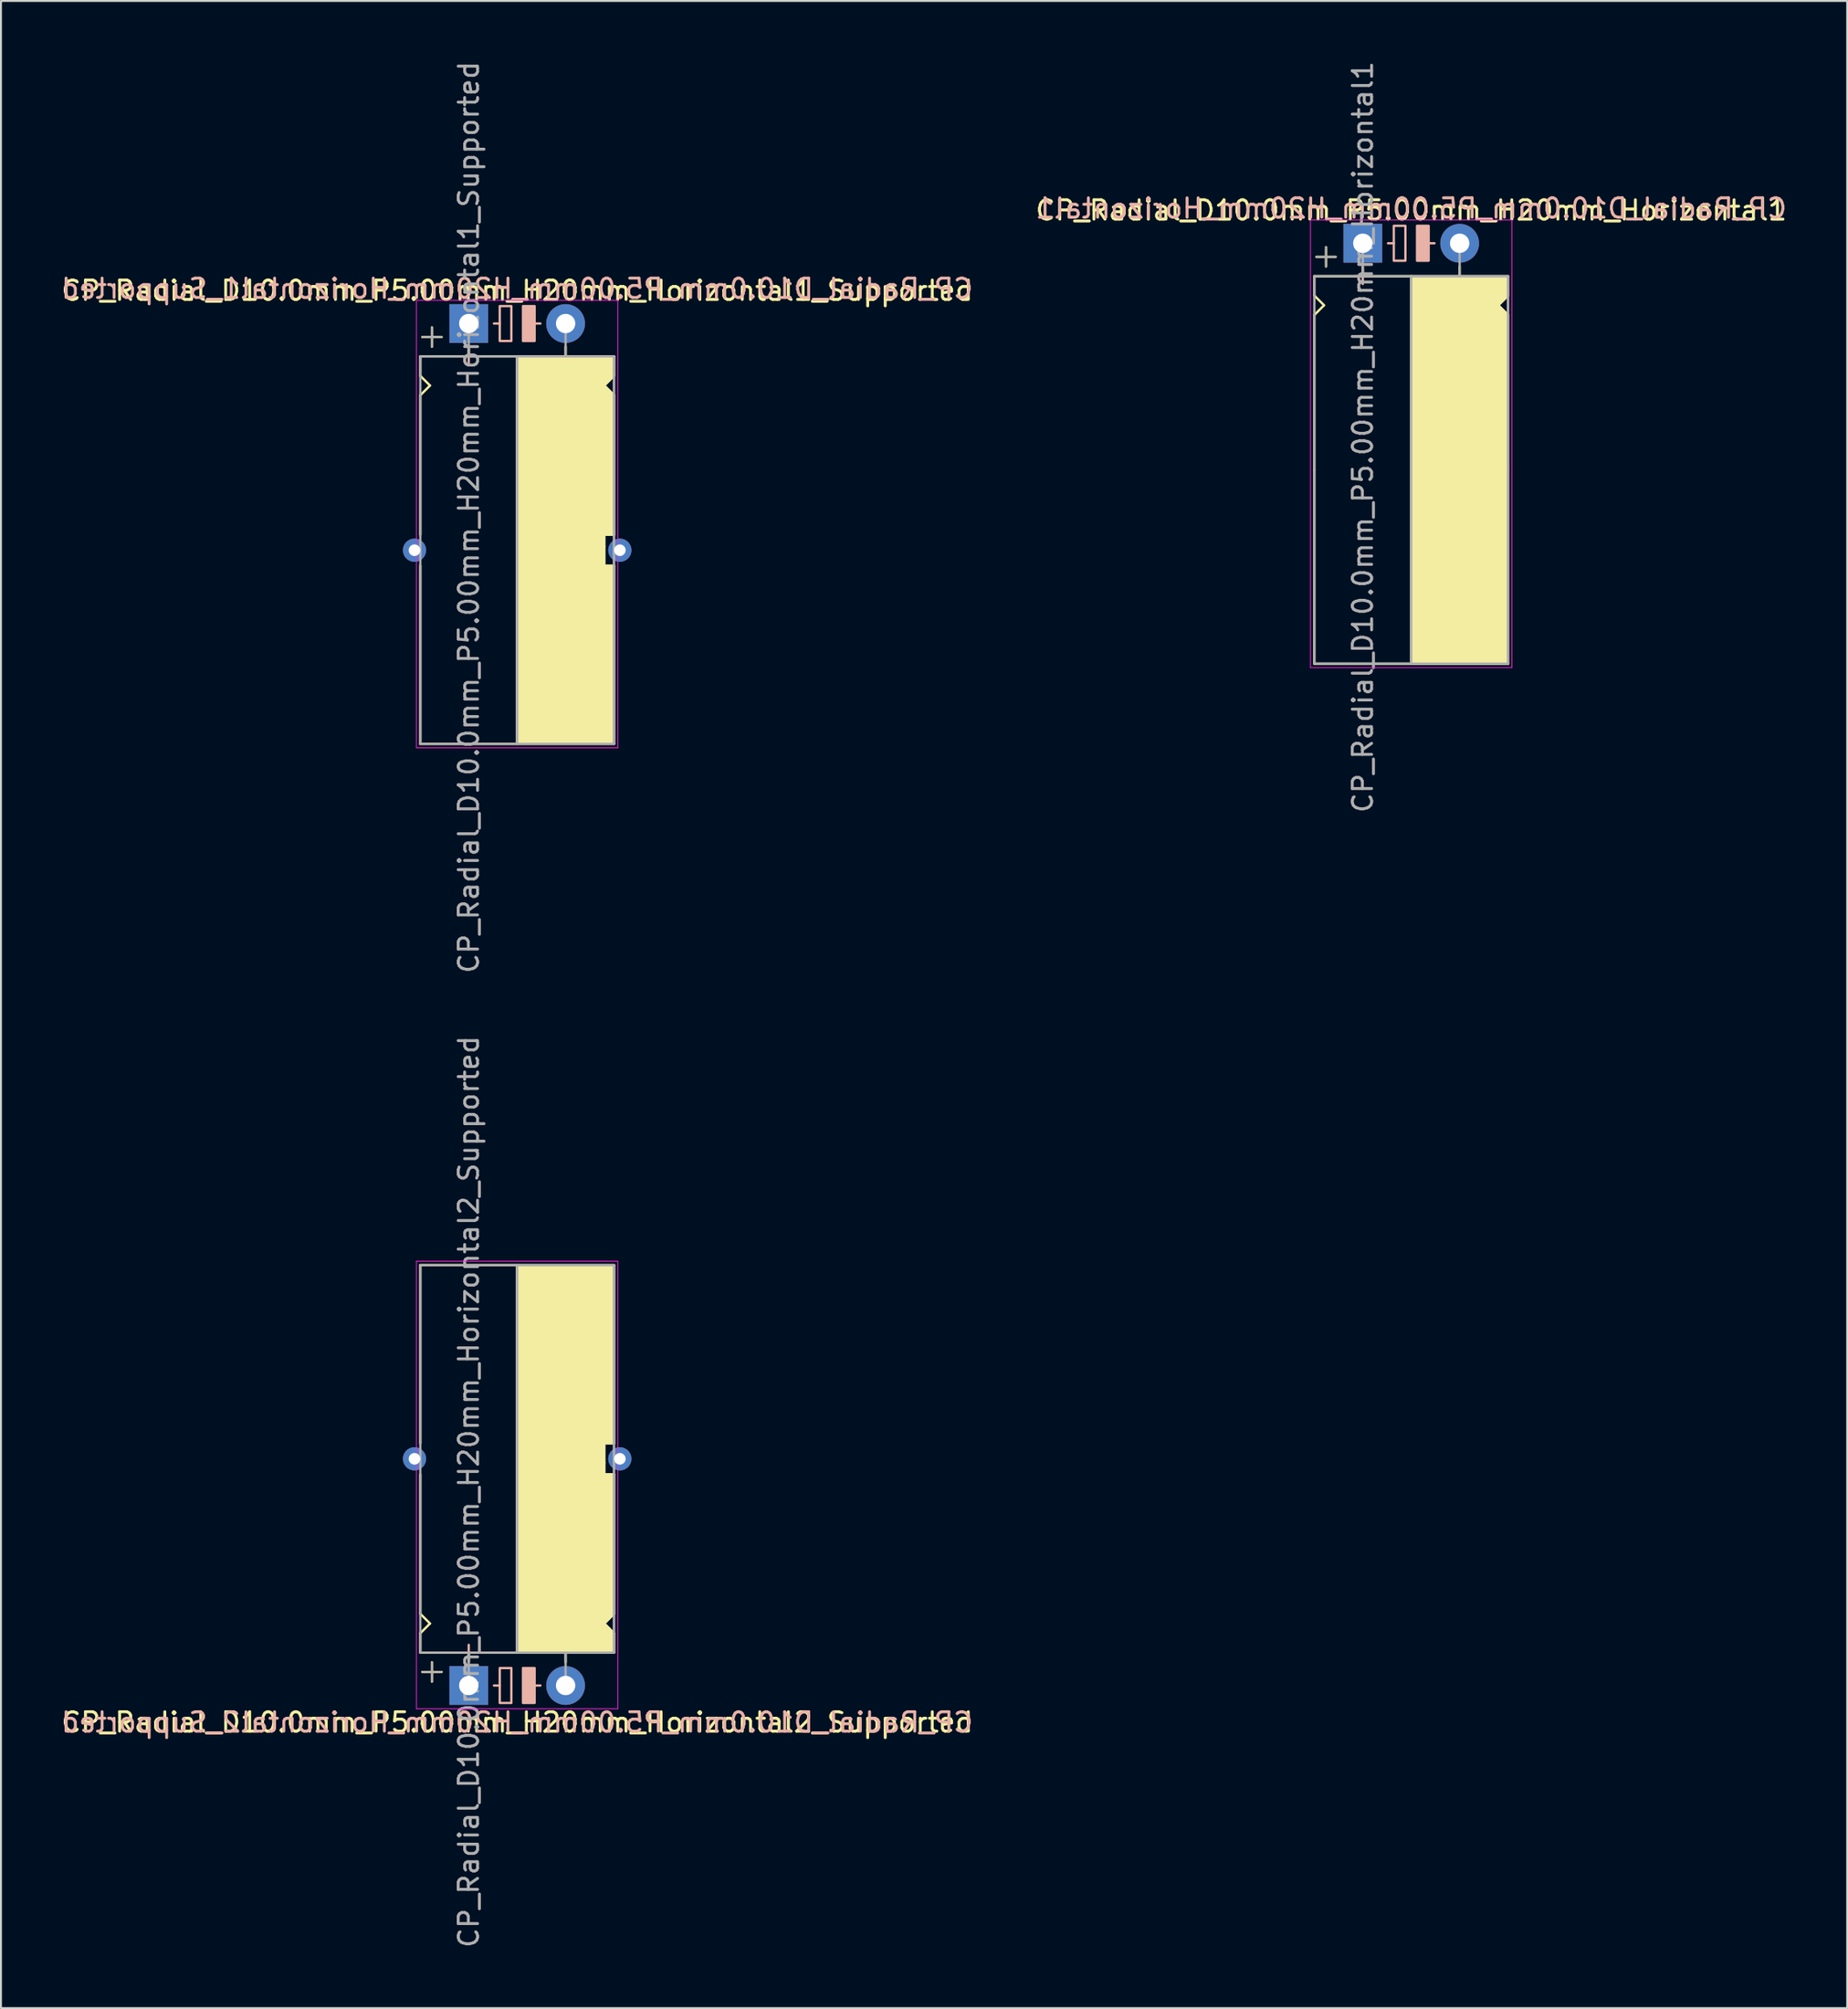
<source format=kicad_pcb>
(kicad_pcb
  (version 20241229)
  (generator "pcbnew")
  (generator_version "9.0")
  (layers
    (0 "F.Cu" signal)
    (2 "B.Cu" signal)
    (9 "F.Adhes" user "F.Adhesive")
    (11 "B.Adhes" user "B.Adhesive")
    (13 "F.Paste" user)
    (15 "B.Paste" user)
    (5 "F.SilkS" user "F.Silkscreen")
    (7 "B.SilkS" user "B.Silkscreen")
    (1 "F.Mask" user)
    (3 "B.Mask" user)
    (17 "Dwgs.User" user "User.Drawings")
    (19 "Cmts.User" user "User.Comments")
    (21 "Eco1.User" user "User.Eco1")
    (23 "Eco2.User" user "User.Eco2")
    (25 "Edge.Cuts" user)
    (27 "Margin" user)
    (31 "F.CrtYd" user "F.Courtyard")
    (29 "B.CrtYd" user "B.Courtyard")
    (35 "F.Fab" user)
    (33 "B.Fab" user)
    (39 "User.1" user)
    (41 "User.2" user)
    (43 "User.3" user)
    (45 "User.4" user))
  (footprint "CP_Radial_D10.0mm_P5.00mm_H20mm_Horizontal1"
    (layer "F.Cu")
    (at 67.304 9.506)
    (property "Reference" "CP_Radial_D10.0mm_P5.00mm_H20mm_Horizontal1" (at 2.5 -1.7 0) (layer "F.SilkS") (effects (font (size 1 1) (thickness 0.15))))
    (fp_line (start -2.5 1.7) (end -2.5 2.7) (stroke (width 0.12) (type solid)) (layer "F.SilkS"))
    (fp_line (start -2.5 2.7) (end -2 3.2) (stroke (width 0.12) (type solid)) (layer "F.SilkS"))
    (fp_line (start -2.5 3.7) (end -2.5 11.7) (stroke (width 0.12) (type solid)) (layer "F.SilkS"))
    (fp_line (start -2.5 11.7) (end -2.5 21.7) (stroke (width 0.12) (type solid)) (layer "F.SilkS"))
    (fp_line (start -2.5 21.7) (end 7.5 21.7) (stroke (width 0.12) (type solid)) (layer "F.SilkS"))
    (fp_line (start -2 3.2) (end -2.5 3.7) (stroke (width 0.12) (type solid)) (layer "F.SilkS"))
    (fp_line (start -1.9 0.2) (end -1.9 1.2) (stroke (width 0.12) (type solid)) (layer "F.SilkS"))
    (fp_line (start -1.4 0.7) (end -2.4 0.7) (stroke (width 0.12) (type solid)) (layer "F.SilkS"))
    (fp_line (start 0 1.7) (end 0 1.2) (stroke (width 0.12) (type solid)) (layer "F.SilkS"))
    (fp_line (start 2.5 1.7) (end -2.5 1.7) (stroke (width 0.12) (type solid)) (layer "F.SilkS"))
    (fp_line (start 2.5 21.7) (end 2.5 1.7) (stroke (width 0.12) (type solid)) (layer "F.SilkS"))
    (fp_line (start 5 1.7) (end 5 1.2) (stroke (width 0.12) (type solid)) (layer "F.SilkS"))
    (fp_line (start 7 3.2) (end 7.5 3.7) (stroke (width 0.12) (type solid)) (layer "F.SilkS"))
    (fp_line (start 7.5 1.7) (end 2.5 1.7) (stroke (width 0.12) (type solid)) (layer "F.SilkS"))
    (fp_line (start 7.5 1.7) (end 7.5 2.7) (stroke (width 0.12) (type solid)) (layer "F.SilkS"))
    (fp_line (start 7.5 2.7) (end 7 3.2) (stroke (width 0.12) (type solid)) (layer "F.SilkS"))
    (fp_line (start 7.5 3.7) (end 7.5 11.7) (stroke (width 0.12) (type solid)) (layer "F.SilkS"))
    (fp_line (start 7.5 11.7) (end 7.5 21.7) (stroke (width 0.12) (type solid)) (layer "F.SilkS"))
    (fp_poly (pts (xy 7.5 2.7) (xy 7 3.2) (xy 7.5 3.7) (xy 7.5 21.7) (xy 2.5 21.7) (xy 2.5 1.7) (xy 7.5 1.7)) (stroke (width 0.1) (type solid)) (fill yes) (layer "F.SilkS"))
    (fp_line (start 0 1.3) (end 0 2.1) (stroke (width 0.12) (type solid)) (layer "B.SilkS"))
    (fp_line (start 0.4 1.7) (end -0.4 1.7) (stroke (width 0.12) (type solid)) (layer "B.SilkS"))
    (fp_line (start 1.6 0) (end 1.3 0) (stroke (width 0.12) (type solid)) (layer "B.SilkS"))
    (fp_line (start 3.7 0) (end 3.4 0) (stroke (width 0.12) (type solid)) (layer "B.SilkS"))
    (fp_rect (start 2.2 -0.9) (end 1.6 0.9) (stroke (width 0.12) (type solid)) (fill no) (layer "B.SilkS"))
    (fp_rect (start 3.4 -0.9) (end 2.8 0.9) (stroke (width 0.12) (type solid)) (fill yes) (layer "B.SilkS"))
    (fp_line (start -2.7 -1.2) (end 5.3 -1.2) (stroke (width 0.04) (type solid)) (layer "F.CrtYd"))
    (fp_line (start -2.7 21.9) (end -2.7 -1.2) (stroke (width 0.04) (type solid)) (layer "F.CrtYd"))
    (fp_line (start 5.3 -1.2) (end 7.7 -1.2) (stroke (width 0.04) (type solid)) (layer "F.CrtYd"))
    (fp_line (start 7.7 -1.2) (end 7.7 21.9) (stroke (width 0.04) (type solid)) (layer "F.CrtYd"))
    (fp_line (start 7.7 21.9) (end -2.7 21.9) (stroke (width 0.04) (type solid)) (layer "F.CrtYd"))
    (fp_line (start -2.5 1.7) (end -2.5 21.7) (stroke (width 0.12) (type solid)) (layer "F.Fab"))
    (fp_line (start -2.5 21.7) (end 7.5 21.7) (stroke (width 0.12) (type solid)) (layer "F.Fab"))
    (fp_line (start -2.4 0.7) (end -1.4 0.7) (stroke (width 0.1) (type solid)) (layer "F.Fab"))
    (fp_line (start -1.9 1.2) (end -1.9 0.2) (stroke (width 0.1) (type solid)) (layer "F.Fab"))
    (fp_line (start 0 1.7) (end 0 0) (stroke (width 0.12) (type solid)) (layer "F.Fab"))
    (fp_line (start 2.5 1.7) (end 2.5 21.7) (stroke (width 0.12) (type solid)) (layer "F.Fab"))
    (fp_line (start 5 1.7) (end 5 0) (stroke (width 0.12) (type solid)) (layer "F.Fab"))
    (fp_line (start 7.5 1.7) (end -2.5 1.7) (stroke (width 0.12) (type solid)) (layer "F.Fab"))
    (fp_line (start 7.5 21.7) (end 7.5 1.7) (stroke (width 0.12) (type solid)) (layer "F.Fab"))
    (fp_poly (pts (xy 7.5 21.7) (xy 2.5 21.7) (xy 2.5 1.7) (xy 7.5 1.7)) (stroke (width 0.1) (type solid)) (fill no) (layer "F.Fab"))
    (fp_text user "${REFERENCE}" (at 2.5 -1.8 0) (layer "B.SilkS") (effects (font (size 1 1) (thickness 0.15)) (justify mirror)))
    (fp_text user "${REFERENCE}" (at 0 10 90) (layer "F.Fab") (effects (font (size 1 1) (thickness 0.15))))
    (pad "1" thru_hole rect (at 0 0) (size 2 2) (drill 1) (layers "*.Cu" "*.Mask"))
    (pad "2" thru_hole circle (at 5 0) (size 2 2) (drill 1) (layers "*.Cu" "*.Mask")))
  (footprint "CP_Radial_D10.0mm_P5.00mm_H20mm_Horizontal1_Supported"
    (layer "F.Cu")
    (at 21.149 13.649)
    (property "Reference" "CP_Radial_D10.0mm_P5.00mm_H20mm_Horizontal1_Supported" (at 2.5 -1.7 0) (layer "F.SilkS") (effects (font (size 1 1) (thickness 0.15))))
    (fp_line (start -2.5 1.7) (end -2.5 2.7) (stroke (width 0.12) (type solid)) (layer "F.SilkS"))
    (fp_line (start -2.5 2.7) (end -2 3.2) (stroke (width 0.12) (type solid)) (layer "F.SilkS"))
    (fp_line (start -2.5 3.7) (end -2.5 10.9) (stroke (width 0.12) (type solid)) (layer "F.SilkS"))
    (fp_line (start -2.5 12.5) (end -2.5 21.7) (stroke (width 0.12) (type solid)) (layer "F.SilkS"))
    (fp_line (start -2.5 21.7) (end 7.5 21.7) (stroke (width 0.12) (type solid)) (layer "F.SilkS"))
    (fp_line (start -2 3.2) (end -2.5 3.7) (stroke (width 0.12) (type solid)) (layer "F.SilkS"))
    (fp_line (start -1.9 0.2) (end -1.9 1.2) (stroke (width 0.12) (type solid)) (layer "F.SilkS"))
    (fp_line (start -1.4 0.7) (end -2.4 0.7) (stroke (width 0.12) (type solid)) (layer "F.SilkS"))
    (fp_line (start 0 1.7) (end 0 1.2) (stroke (width 0.12) (type solid)) (layer "F.SilkS"))
    (fp_line (start 2.5 1.7) (end -2.5 1.7) (stroke (width 0.12) (type solid)) (layer "F.SilkS"))
    (fp_line (start 2.5 21.7) (end 2.5 1.7) (stroke (width 0.12) (type solid)) (layer "F.SilkS"))
    (fp_line (start 5 1.7) (end 5 1.2) (stroke (width 0.12) (type solid)) (layer "F.SilkS"))
    (fp_line (start 7 3.2) (end 7.5 3.7) (stroke (width 0.12) (type solid)) (layer "F.SilkS"))
    (fp_line (start 7 10.9) (end 7.5 10.9) (stroke (width 0.12) (type solid)) (layer "F.SilkS"))
    (fp_line (start 7 11.5) (end 7 10.9) (stroke (width 0.12) (type solid)) (layer "F.SilkS"))
    (fp_line (start 7 12.5) (end 7 11.5) (stroke (width 0.12) (type solid)) (layer "F.SilkS"))
    (fp_line (start 7.5 1.7) (end 2.5 1.7) (stroke (width 0.12) (type solid)) (layer "F.SilkS"))
    (fp_line (start 7.5 1.7) (end 7.5 2.7) (stroke (width 0.12) (type solid)) (layer "F.SilkS"))
    (fp_line (start 7.5 2.7) (end 7 3.2) (stroke (width 0.12) (type solid)) (layer "F.SilkS"))
    (fp_line (start 7.5 3.7) (end 7.5 10.9) (stroke (width 0.12) (type solid)) (layer "F.SilkS"))
    (fp_line (start 7.5 12.5) (end 7 12.5) (stroke (width 0.12) (type solid)) (layer "F.SilkS"))
    (fp_line (start 7.5 12.5) (end 7.5 21.7) (stroke (width 0.12) (type solid)) (layer "F.SilkS"))
    (fp_poly (pts (xy 7.5 2.7) (xy 7 3.2) (xy 7.5 3.7) (xy 7.5 10.9) (xy 7 10.9) (xy 7 12.5) (xy 7.5 12.5) (xy 7.5 21.7) (xy 2.5 21.7) (xy 2.5 1.7) (xy 7.5 1.7)) (stroke (width 0.1) (type solid)) (fill yes) (layer "F.SilkS"))
    (fp_line (start 0 1.3) (end 0 2.1) (stroke (width 0.12) (type solid)) (layer "B.SilkS"))
    (fp_line (start 0.4 1.7) (end -0.4 1.7) (stroke (width 0.12) (type solid)) (layer "B.SilkS"))
    (fp_line (start 1.6 0) (end 1.3 0) (stroke (width 0.12) (type solid)) (layer "B.SilkS"))
    (fp_line (start 3.7 0) (end 3.4 0) (stroke (width 0.12) (type solid)) (layer "B.SilkS"))
    (fp_rect (start 2.2 -0.9) (end 1.6 0.9) (stroke (width 0.12) (type solid)) (fill no) (layer "B.SilkS"))
    (fp_rect (start 3.4 -0.9) (end 2.8 0.9) (stroke (width 0.12) (type solid)) (fill yes) (layer "B.SilkS"))
    (fp_line (start -2.7 -1.2) (end 5.3 -1.2) (stroke (width 0.04) (type solid)) (layer "F.CrtYd"))
    (fp_line (start -2.7 21.9) (end -2.7 -1.2) (stroke (width 0.04) (type solid)) (layer "F.CrtYd"))
    (fp_line (start 5.3 -1.2) (end 7.7 -1.2) (stroke (width 0.04) (type solid)) (layer "F.CrtYd"))
    (fp_line (start 7.7 -1.2) (end 7.7 21.9) (stroke (width 0.04) (type solid)) (layer "F.CrtYd"))
    (fp_line (start 7.7 21.9) (end -2.7 21.9) (stroke (width 0.04) (type solid)) (layer "F.CrtYd"))
    (fp_line (start -2.5 1.7) (end -2.5 21.7) (stroke (width 0.12) (type solid)) (layer "F.Fab"))
    (fp_line (start -2.5 21.7) (end 7.5 21.7) (stroke (width 0.12) (type solid)) (layer "F.Fab"))
    (fp_line (start -2.4 0.7) (end -1.4 0.7) (stroke (width 0.1) (type solid)) (layer "F.Fab"))
    (fp_line (start -1.9 1.2) (end -1.9 0.2) (stroke (width 0.1) (type solid)) (layer "F.Fab"))
    (fp_line (start 0 1.7) (end 0 0) (stroke (width 0.12) (type solid)) (layer "F.Fab"))
    (fp_line (start 2.5 1.7) (end 2.5 21.7) (stroke (width 0.12) (type solid)) (layer "F.Fab"))
    (fp_line (start 5 1.7) (end 5 0) (stroke (width 0.12) (type solid)) (layer "F.Fab"))
    (fp_line (start 7.5 1.7) (end -2.5 1.7) (stroke (width 0.12) (type solid)) (layer "F.Fab"))
    (fp_line (start 7.5 21.7) (end 7.5 1.7) (stroke (width 0.12) (type solid)) (layer "F.Fab"))
    (fp_poly (pts (xy 7.5 21.7) (xy 2.5 21.7) (xy 2.5 1.7) (xy 7.5 1.7)) (stroke (width 0.1) (type solid)) (fill no) (layer "F.Fab"))
    (fp_text user "${REFERENCE}" (at 2.5 -1.8 0) (layer "B.SilkS") (effects (font (size 1 1) (thickness 0.15)) (justify mirror)))
    (fp_text user "${REFERENCE}" (at 0 10 90) (layer "F.Fab") (effects (font (size 1 1) (thickness 0.15))))
    (pad "1" thru_hole rect (at 0 0) (size 2 2) (drill 1) (layers "*.Cu" "*.Mask"))
    (pad "2" thru_hole circle (at 5 0) (size 2 2) (drill 1) (layers "*.Cu" "*.Mask"))
    (pad "~" thru_hole circle (at -2.8 11.7) (size 1.2 1.2) (drill 0.6) (layers "*.Cu" "*.Mask"))
    (pad "~" thru_hole circle (at 7.8 11.7) (size 1.2 1.2) (drill 0.6) (layers "*.Cu" "*.Mask")))
  (footprint "CP_Radial_D10.0mm_P5.00mm_H20mm_Horizontal2_Supported"
    (layer "F.Cu")
    (at 21.149 83.946)
    (property "Reference" "CP_Radial_D10.0mm_P5.00mm_H20mm_Horizontal2_Supported" (at 2.5 1.9 0) (layer "F.SilkS") (effects (font (size 1 1) (thickness 0.15))))
    (fp_line (start -2.5 -21.7) (end 7.5 -21.7) (stroke (width 0.12) (type solid)) (layer "F.SilkS"))
    (fp_line (start -2.5 -12.5) (end -2.5 -21.7) (stroke (width 0.12) (type solid)) (layer "F.SilkS"))
    (fp_line (start -2.5 -3.7) (end -2.5 -10.9) (stroke (width 0.12) (type solid)) (layer "F.SilkS"))
    (fp_line (start -2.5 -2.7) (end -2 -3.2) (stroke (width 0.12) (type solid)) (layer "F.SilkS"))
    (fp_line (start -2.5 -1.7) (end -2.5 -2.7) (stroke (width 0.12) (type solid)) (layer "F.SilkS"))
    (fp_line (start -2 -3.2) (end -2.5 -3.7) (stroke (width 0.12) (type solid)) (layer "F.SilkS"))
    (fp_line (start -1.9 -1.2) (end -1.9 -0.2) (stroke (width 0.12) (type solid)) (layer "F.SilkS"))
    (fp_line (start -1.4 -0.7) (end -2.4 -0.7) (stroke (width 0.12) (type solid)) (layer "F.SilkS"))
    (fp_line (start 0 -1.7) (end 0 -1.2) (stroke (width 0.12) (type solid)) (layer "F.SilkS"))
    (fp_line (start 2.5 -21.7) (end 2.5 -1.7) (stroke (width 0.12) (type solid)) (layer "F.SilkS"))
    (fp_line (start 2.5 -1.7) (end -2.5 -1.7) (stroke (width 0.12) (type solid)) (layer "F.SilkS"))
    (fp_line (start 5 -1.7) (end 5 -1.2) (stroke (width 0.12) (type solid)) (layer "F.SilkS"))
    (fp_line (start 7 -12.5) (end 7 -11.5) (stroke (width 0.12) (type solid)) (layer "F.SilkS"))
    (fp_line (start 7 -11.5) (end 7 -10.9) (stroke (width 0.12) (type solid)) (layer "F.SilkS"))
    (fp_line (start 7 -10.9) (end 7.5 -10.9) (stroke (width 0.12) (type solid)) (layer "F.SilkS"))
    (fp_line (start 7 -3.2) (end 7.5 -3.7) (stroke (width 0.12) (type solid)) (layer "F.SilkS"))
    (fp_line (start 7.5 -12.5) (end 7 -12.5) (stroke (width 0.12) (type solid)) (layer "F.SilkS"))
    (fp_line (start 7.5 -12.5) (end 7.5 -21.7) (stroke (width 0.12) (type solid)) (layer "F.SilkS"))
    (fp_line (start 7.5 -3.7) (end 7.5 -10.9) (stroke (width 0.12) (type solid)) (layer "F.SilkS"))
    (fp_line (start 7.5 -2.7) (end 7 -3.2) (stroke (width 0.12) (type solid)) (layer "F.SilkS"))
    (fp_line (start 7.5 -1.7) (end 2.5 -1.7) (stroke (width 0.12) (type solid)) (layer "F.SilkS"))
    (fp_line (start 7.5 -1.7) (end 7.5 -2.7) (stroke (width 0.12) (type solid)) (layer "F.SilkS"))
    (fp_poly (pts (xy 7.5 -2.7) (xy 7 -3.2) (xy 7.5 -3.7) (xy 7.5 -10.9) (xy 7 -10.9) (xy 7 -12.5) (xy 7.5 -12.5) (xy 7.5 -21.7) (xy 2.5 -21.7) (xy 2.5 -1.7) (xy 7.5 -1.7)) (stroke (width 0.1) (type solid)) (fill yes) (layer "F.SilkS"))
    (fp_line (start 0 -2.1) (end 0 -1.3) (stroke (width 0.12) (type solid)) (layer "B.SilkS"))
    (fp_line (start 0.4 -1.7) (end -0.4 -1.7) (stroke (width 0.12) (type solid)) (layer "B.SilkS"))
    (fp_line (start 1.6 0) (end 1.3 0) (stroke (width 0.12) (type solid)) (layer "B.SilkS"))
    (fp_line (start 3.7 0) (end 3.4 0) (stroke (width 0.12) (type solid)) (layer "B.SilkS"))
    (fp_rect (start 2.2 -0.9) (end 1.6 0.9) (stroke (width 0.12) (type solid)) (fill no) (layer "B.SilkS"))
    (fp_rect (start 3.4 -0.9) (end 2.8 0.9) (stroke (width 0.12) (type solid)) (fill yes) (layer "B.SilkS"))
    (fp_line (start -2.7 -21.9) (end -2.7 1.2) (stroke (width 0.04) (type solid)) (layer "F.CrtYd"))
    (fp_line (start -2.7 1.2) (end 5.3 1.2) (stroke (width 0.04) (type solid)) (layer "F.CrtYd"))
    (fp_line (start 5.3 1.2) (end 7.7 1.2) (stroke (width 0.04) (type solid)) (layer "F.CrtYd"))
    (fp_line (start 7.7 -21.9) (end -2.7 -21.9) (stroke (width 0.04) (type solid)) (layer "F.CrtYd"))
    (fp_line (start 7.7 1.2) (end 7.7 -21.9) (stroke (width 0.04) (type solid)) (layer "F.CrtYd"))
    (fp_line (start -2.5 -21.7) (end 7.5 -21.7) (stroke (width 0.12) (type solid)) (layer "F.Fab"))
    (fp_line (start -2.5 -1.7) (end -2.5 -21.7) (stroke (width 0.12) (type solid)) (layer "F.Fab"))
    (fp_line (start -2.4 -0.7) (end -1.4 -0.7) (stroke (width 0.1) (type solid)) (layer "F.Fab"))
    (fp_line (start -1.9 -0.2) (end -1.9 -1.2) (stroke (width 0.1) (type solid)) (layer "F.Fab"))
    (fp_line (start 0 -1.7) (end 0 0) (stroke (width 0.12) (type solid)) (layer "F.Fab"))
    (fp_line (start 2.5 -1.7) (end 2.5 -21.7) (stroke (width 0.12) (type solid)) (layer "F.Fab"))
    (fp_line (start 5 -1.7) (end 5 0) (stroke (width 0.12) (type solid)) (layer "F.Fab"))
    (fp_line (start 7.5 -21.7) (end 7.5 -1.7) (stroke (width 0.12) (type solid)) (layer "F.Fab"))
    (fp_line (start 7.5 -1.7) (end -2.5 -1.7) (stroke (width 0.12) (type solid)) (layer "F.Fab"))
    (fp_poly (pts (xy 7.5 -21.7) (xy 2.5 -21.7) (xy 2.5 -1.7) (xy 7.5 -1.7)) (stroke (width 0.1) (type solid)) (fill no) (layer "F.Fab"))
    (fp_text user "${REFERENCE}" (at 2.5 1.9 0) (layer "B.SilkS") (effects (font (size 1 1) (thickness 0.15)) (justify mirror)))
    (fp_text user "${REFERENCE}" (at 0 -10 90) (layer "F.Fab") (effects (font (size 1 1) (thickness 0.15))))
    (pad "1" thru_hole rect (at 0 0) (size 2 2) (drill 1) (layers "*.Cu" "*.Mask"))
    (pad "2" thru_hole circle (at 5 0) (size 2 2) (drill 1) (layers "*.Cu" "*.Mask"))
    (pad "~" thru_hole circle (at -2.8 -11.7 180) (size 1.2 1.2) (drill 0.6) (layers "*.Cu" "*.Mask"))
    (pad "~" thru_hole circle (at 7.8 -11.7 180) (size 1.2 1.2) (drill 0.6) (layers "*.Cu" "*.Mask")))
  (gr_rect
    (start -3 -3)
    (end 92.31 100.595)
    (stroke (width 0.1) (type default))
    (fill no)
    (layer "Edge.Cuts")))
</source>
